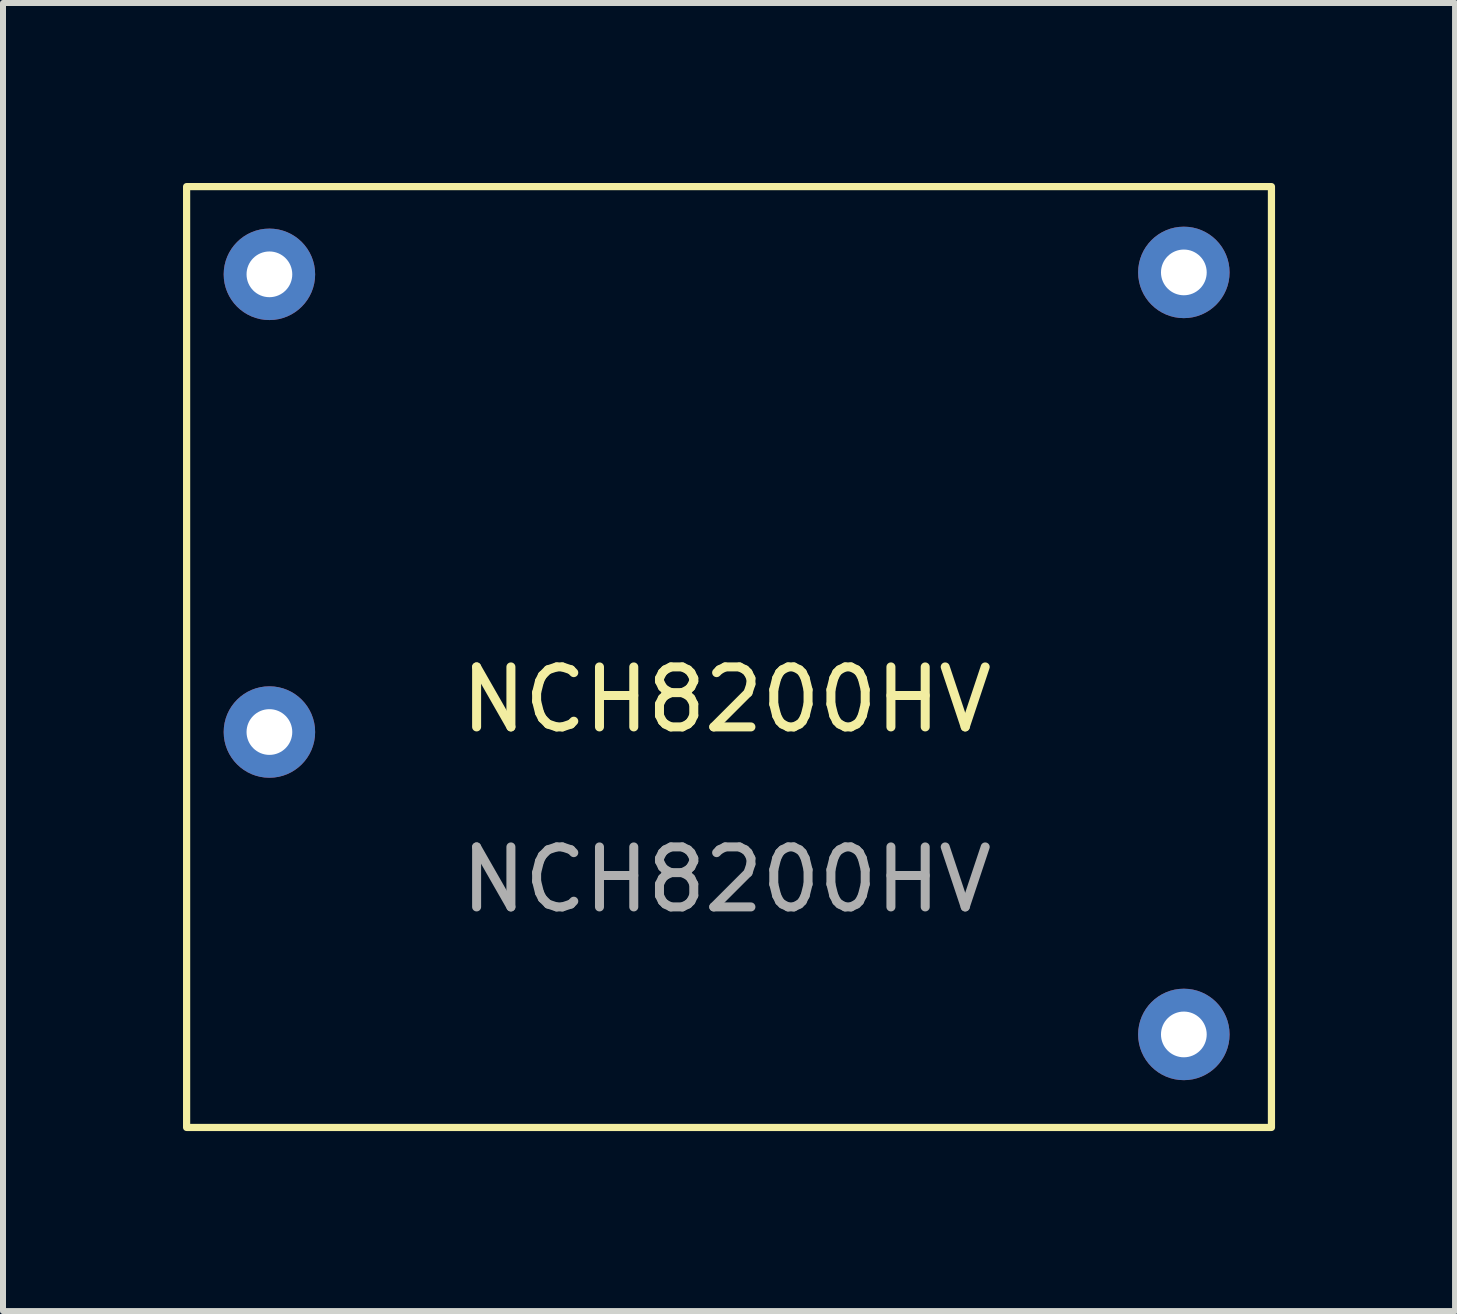
<source format=kicad_pcb>
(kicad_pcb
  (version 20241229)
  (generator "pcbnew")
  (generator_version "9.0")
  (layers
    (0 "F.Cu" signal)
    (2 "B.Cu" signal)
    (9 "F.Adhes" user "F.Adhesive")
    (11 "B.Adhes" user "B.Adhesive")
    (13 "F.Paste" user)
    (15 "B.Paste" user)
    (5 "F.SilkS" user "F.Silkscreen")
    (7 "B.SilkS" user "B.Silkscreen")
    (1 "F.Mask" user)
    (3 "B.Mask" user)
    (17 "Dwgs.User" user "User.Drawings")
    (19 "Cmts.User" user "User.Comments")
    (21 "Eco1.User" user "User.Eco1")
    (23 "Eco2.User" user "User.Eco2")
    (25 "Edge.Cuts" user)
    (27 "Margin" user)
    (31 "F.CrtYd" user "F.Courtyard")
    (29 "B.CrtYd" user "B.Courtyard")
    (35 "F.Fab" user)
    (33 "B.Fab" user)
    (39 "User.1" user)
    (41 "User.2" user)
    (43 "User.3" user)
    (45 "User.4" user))
  (footprint "NCH8200HV"
    (layer "F.Cu")
    (at 9.06 9.11)
    (property "Reference" "NCH8200HV" (at 0 -0.5 0) (unlocked yes) (layer "F.SilkS") (effects (font (size 1 1) (thickness 0.15))))
    (attr through_hole)
    (fp_rect (start -9 -9.05) (end 9.08 6.63) (stroke (width 0.12) (type default)) (fill no) (layer "F.SilkS"))
    (fp_text user "${REFERENCE}" (at 0 2.5 0) (unlocked yes) (layer "F.Fab") (effects (font (size 1 1) (thickness 0.15))))
    (pad "5" thru_hole circle (at -7.62 -7.588) (size 1.524 1.524) (drill 0.762) (layers "*.Cu" "*.Mask"))
    (pad "6" thru_hole circle (at 7.62 -7.62) (size 1.524 1.524) (drill 0.762) (layers "*.Cu" "*.Mask"))
    (pad "7" thru_hole circle (at -7.62 0.04) (size 1.524 1.524) (drill 0.762) (layers "*.Cu" "*.Mask"))
    (pad "8" thru_hole circle (at 7.62 5.08) (size 1.524 1.524) (drill 0.762) (layers "*.Cu" "*.Mask")))
  (gr_rect
    (start -3 -3)
    (end 21.2 18.8)
    (stroke (width 0.1) (type default))
    (fill no)
    (layer "Edge.Cuts")))
</source>
